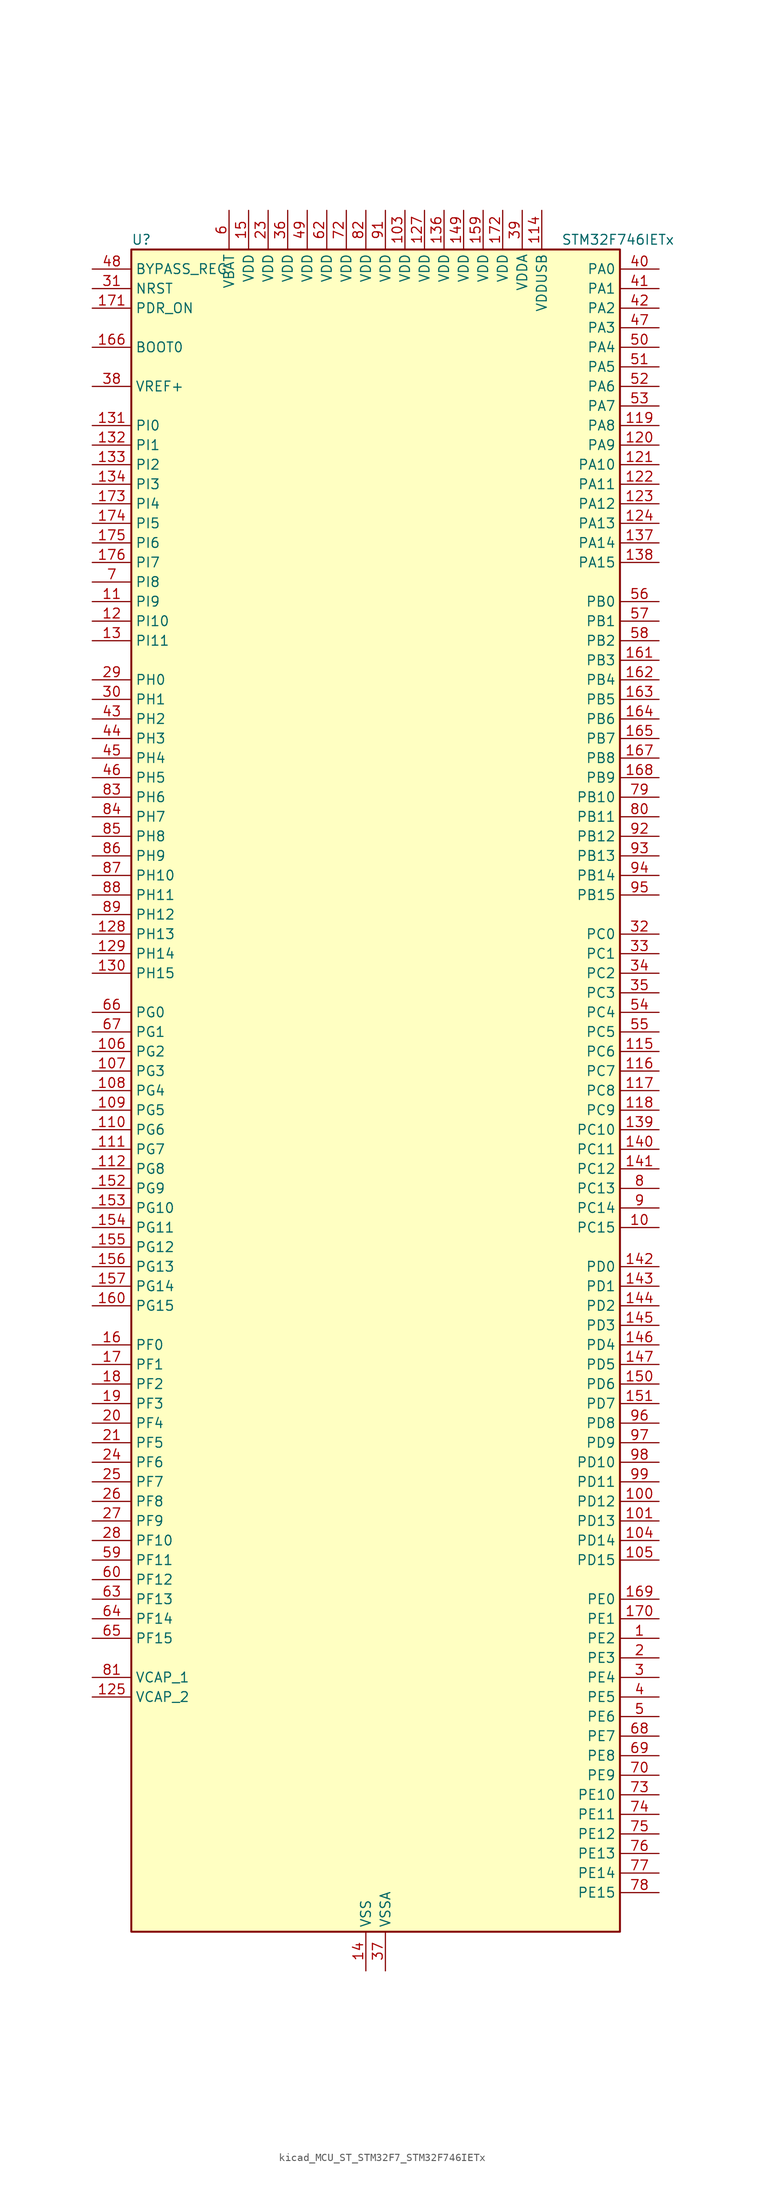
<source format=kicad_sym>
(kicad_symbol_lib
  (version 20220914)
  (generator kicad_symbol_editor)
  (symbol "kicad_MCU_ST_STM32F7_STM32F746IETx"
    (property "Reference" "U"
      (at -30.48 110.49 0)
      (effects (font (size 1.27 1.27)) (justify left)))
    (property "Value" "STM32F746IETx"
      (at 25.4 110.49 0)
      (effects (font (size 1.27 1.27)) (justify left)))
    (property "ki_locked" ""
      (at 0 0 0)
      (effects (font (size 1.27 1.27))))
    (symbol "kicad_MCU_ST_STM32F7_STM32F746IETx_0_1"
      (rectangle (start -30.48 -109.22) (end 33.02 109.22) (stroke (width 0.254) (type default)) (fill (type background))))
    (symbol "kicad_MCU_ST_STM32F7_STM32F746IETx_1_1"
      (pin bidirectional line (at 38.1 -71.12 180) (length 5.08) (name "PE2" (effects (font (size 1.27 1.27)))) (number "1" (effects (font (size 1.27 1.27)))) (alternate "ETH_TXD3" bidirectional line) (alternate "FMC_A23" bidirectional line) (alternate "QUADSPI_BK1_IO2" bidirectional line) (alternate "SAI1_MCLK_A" bidirectional line) (alternate "SPI4_SCK" bidirectional line) (alternate "SYS_TRACECLK" bidirectional line))
      (pin bidirectional line (at 38.1 -17.78 180) (length 5.08) (name "PC15" (effects (font (size 1.27 1.27)))) (number "10" (effects (font (size 1.27 1.27)))) (alternate "RCC_OSC32_OUT" bidirectional line))
      (pin bidirectional line (at 38.1 -53.34 180) (length 5.08) (name "PD12" (effects (font (size 1.27 1.27)))) (number "100" (effects (font (size 1.27 1.27)))) (alternate "FMC_A17" bidirectional line) (alternate "FMC_ALE" bidirectional line) (alternate "I2C4_SCL" bidirectional line) (alternate "LPTIM1_IN1" bidirectional line) (alternate "QUADSPI_BK1_IO1" bidirectional line) (alternate "SAI2_FS_A" bidirectional line) (alternate "TIM4_CH1" bidirectional line) (alternate "USART3_DE" bidirectional line) (alternate "USART3_RTS" bidirectional line))
      (pin bidirectional line (at 38.1 -55.88 180) (length 5.08) (name "PD13" (effects (font (size 1.27 1.27)))) (number "101" (effects (font (size 1.27 1.27)))) (alternate "FMC_A18" bidirectional line) (alternate "I2C4_SDA" bidirectional line) (alternate "LPTIM1_OUT" bidirectional line) (alternate "QUADSPI_BK1_IO3" bidirectional line) (alternate "SAI2_SCK_A" bidirectional line) (alternate "TIM4_CH2" bidirectional line))
      (pin passive line (at 0 -114.3 90) (length 5.08) hide (name "VSS" (effects (font (size 1.27 1.27)))) (number "102" (effects (font (size 1.27 1.27)))))
      (pin power_in line (at 5.08 114.3 270) (length 5.08) (name "VDD" (effects (font (size 1.27 1.27)))) (number "103" (effects (font (size 1.27 1.27)))))
      (pin bidirectional line (at 38.1 -58.42 180) (length 5.08) (name "PD14" (effects (font (size 1.27 1.27)))) (number "104" (effects (font (size 1.27 1.27)))) (alternate "FMC_D0" bidirectional line) (alternate "FMC_DA0" bidirectional line) (alternate "TIM4_CH3" bidirectional line) (alternate "UART8_CTS" bidirectional line))
      (pin bidirectional line (at 38.1 -60.96 180) (length 5.08) (name "PD15" (effects (font (size 1.27 1.27)))) (number "105" (effects (font (size 1.27 1.27)))) (alternate "FMC_D1" bidirectional line) (alternate "FMC_DA1" bidirectional line) (alternate "TIM4_CH4" bidirectional line) (alternate "UART8_DE" bidirectional line) (alternate "UART8_RTS" bidirectional line))
      (pin bidirectional line (at -35.56 5.08 0) (length 5.08) (name "PG2" (effects (font (size 1.27 1.27)))) (number "106" (effects (font (size 1.27 1.27)))) (alternate "FMC_A12" bidirectional line))
      (pin bidirectional line (at -35.56 2.54 0) (length 5.08) (name "PG3" (effects (font (size 1.27 1.27)))) (number "107" (effects (font (size 1.27 1.27)))) (alternate "FMC_A13" bidirectional line))
      (pin bidirectional line (at -35.56 0 0) (length 5.08) (name "PG4" (effects (font (size 1.27 1.27)))) (number "108" (effects (font (size 1.27 1.27)))) (alternate "FMC_A14" bidirectional line) (alternate "FMC_BA0" bidirectional line))
      (pin bidirectional line (at -35.56 -2.54 0) (length 5.08) (name "PG5" (effects (font (size 1.27 1.27)))) (number "109" (effects (font (size 1.27 1.27)))) (alternate "FMC_A15" bidirectional line) (alternate "FMC_BA1" bidirectional line))
      (pin bidirectional line (at -35.56 63.5 0) (length 5.08) (name "PI9" (effects (font (size 1.27 1.27)))) (number "11" (effects (font (size 1.27 1.27)))) (alternate "CAN1_RX" bidirectional line) (alternate "DAC_EXTI9" bidirectional line) (alternate "FMC_D30" bidirectional line) (alternate "LTDC_VSYNC" bidirectional line))
      (pin bidirectional line (at -35.56 -5.08 0) (length 5.08) (name "PG6" (effects (font (size 1.27 1.27)))) (number "110" (effects (font (size 1.27 1.27)))) (alternate "DCMI_D12" bidirectional line) (alternate "LTDC_R7" bidirectional line))
      (pin bidirectional line (at -35.56 -7.62 0) (length 5.08) (name "PG7" (effects (font (size 1.27 1.27)))) (number "111" (effects (font (size 1.27 1.27)))) (alternate "DCMI_D13" bidirectional line) (alternate "FMC_INT" bidirectional line) (alternate "LTDC_CLK" bidirectional line) (alternate "USART6_CK" bidirectional line))
      (pin bidirectional line (at -35.56 -10.16 0) (length 5.08) (name "PG8" (effects (font (size 1.27 1.27)))) (number "112" (effects (font (size 1.27 1.27)))) (alternate "ETH_PPS_OUT" bidirectional line) (alternate "FMC_SDCLK" bidirectional line) (alternate "SPDIFRX_IN2" bidirectional line) (alternate "SPI6_NSS" bidirectional line) (alternate "USART6_DE" bidirectional line) (alternate "USART6_RTS" bidirectional line))
      (pin passive line (at 0 -114.3 90) (length 5.08) hide (name "VSS" (effects (font (size 1.27 1.27)))) (number "113" (effects (font (size 1.27 1.27)))))
      (pin power_in line (at 22.86 114.3 270) (length 5.08) (name "VDDUSB" (effects (font (size 1.27 1.27)))) (number "114" (effects (font (size 1.27 1.27)))))
      (pin bidirectional line (at 38.1 5.08 180) (length 5.08) (name "PC6" (effects (font (size 1.27 1.27)))) (number "115" (effects (font (size 1.27 1.27)))) (alternate "DCMI_D0" bidirectional line) (alternate "I2S2_MCK" bidirectional line) (alternate "LTDC_HSYNC" bidirectional line) (alternate "SDMMC1_D6" bidirectional line) (alternate "TIM3_CH1" bidirectional line) (alternate "TIM8_CH1" bidirectional line) (alternate "USART6_TX" bidirectional line))
      (pin bidirectional line (at 38.1 2.54 180) (length 5.08) (name "PC7" (effects (font (size 1.27 1.27)))) (number "116" (effects (font (size 1.27 1.27)))) (alternate "DCMI_D1" bidirectional line) (alternate "I2S3_MCK" bidirectional line) (alternate "LTDC_G6" bidirectional line) (alternate "SDMMC1_D7" bidirectional line) (alternate "TIM3_CH2" bidirectional line) (alternate "TIM8_CH2" bidirectional line) (alternate "USART6_RX" bidirectional line))
      (pin bidirectional line (at 38.1 0 180) (length 5.08) (name "PC8" (effects (font (size 1.27 1.27)))) (number "117" (effects (font (size 1.27 1.27)))) (alternate "DCMI_D2" bidirectional line) (alternate "SDMMC1_D0" bidirectional line) (alternate "SYS_TRACED1" bidirectional line) (alternate "TIM3_CH3" bidirectional line) (alternate "TIM8_CH3" bidirectional line) (alternate "UART5_DE" bidirectional line) (alternate "UART5_RTS" bidirectional line) (alternate "USART6_CK" bidirectional line))
      (pin bidirectional line (at 38.1 -2.54 180) (length 5.08) (name "PC9" (effects (font (size 1.27 1.27)))) (number "118" (effects (font (size 1.27 1.27)))) (alternate "DAC_EXTI9" bidirectional line) (alternate "DCMI_D3" bidirectional line) (alternate "I2C3_SDA" bidirectional line) (alternate "I2S_CKIN" bidirectional line) (alternate "QUADSPI_BK1_IO0" bidirectional line) (alternate "RCC_MCO_2" bidirectional line) (alternate "SDMMC1_D1" bidirectional line) (alternate "TIM3_CH4" bidirectional line) (alternate "TIM8_CH4" bidirectional line) (alternate "UART5_CTS" bidirectional line))
      (pin bidirectional line (at 38.1 86.36 180) (length 5.08) (name "PA8" (effects (font (size 1.27 1.27)))) (number "119" (effects (font (size 1.27 1.27)))) (alternate "I2C3_SCL" bidirectional line) (alternate "LTDC_R6" bidirectional line) (alternate "RCC_MCO_1" bidirectional line) (alternate "TIM1_CH1" bidirectional line) (alternate "TIM8_BKIN2" bidirectional line) (alternate "USART1_CK" bidirectional line) (alternate "USB_OTG_FS_SOF" bidirectional line))
      (pin bidirectional line (at -35.56 60.96 0) (length 5.08) (name "PI10" (effects (font (size 1.27 1.27)))) (number "12" (effects (font (size 1.27 1.27)))) (alternate "ETH_RX_ER" bidirectional line) (alternate "FMC_D31" bidirectional line) (alternate "LTDC_HSYNC" bidirectional line))
      (pin bidirectional line (at 38.1 83.82 180) (length 5.08) (name "PA9" (effects (font (size 1.27 1.27)))) (number "120" (effects (font (size 1.27 1.27)))) (alternate "DAC_EXTI9" bidirectional line) (alternate "DCMI_D0" bidirectional line) (alternate "I2C3_SMBA" bidirectional line) (alternate "I2S2_CK" bidirectional line) (alternate "SPI2_SCK" bidirectional line) (alternate "TIM1_CH2" bidirectional line) (alternate "USART1_TX" bidirectional line) (alternate "USB_OTG_FS_VBUS" bidirectional line))
      (pin bidirectional line (at 38.1 81.28 180) (length 5.08) (name "PA10" (effects (font (size 1.27 1.27)))) (number "121" (effects (font (size 1.27 1.27)))) (alternate "DCMI_D1" bidirectional line) (alternate "TIM1_CH3" bidirectional line) (alternate "USART1_RX" bidirectional line) (alternate "USB_OTG_FS_ID" bidirectional line))
      (pin bidirectional line (at 38.1 78.74 180) (length 5.08) (name "PA11" (effects (font (size 1.27 1.27)))) (number "122" (effects (font (size 1.27 1.27)))) (alternate "ADC1_EXTI11" bidirectional line) (alternate "ADC2_EXTI11" bidirectional line) (alternate "ADC3_EXTI11" bidirectional line) (alternate "CAN1_RX" bidirectional line) (alternate "LTDC_R4" bidirectional line) (alternate "TIM1_CH4" bidirectional line) (alternate "USART1_CTS" bidirectional line) (alternate "USB_OTG_FS_DM" bidirectional line))
      (pin bidirectional line (at 38.1 76.2 180) (length 5.08) (name "PA12" (effects (font (size 1.27 1.27)))) (number "123" (effects (font (size 1.27 1.27)))) (alternate "CAN1_TX" bidirectional line) (alternate "LTDC_R5" bidirectional line) (alternate "SAI2_FS_B" bidirectional line) (alternate "TIM1_ETR" bidirectional line) (alternate "USART1_DE" bidirectional line) (alternate "USART1_RTS" bidirectional line) (alternate "USB_OTG_FS_DP" bidirectional line))
      (pin bidirectional line (at 38.1 73.66 180) (length 5.08) (name "PA13" (effects (font (size 1.27 1.27)))) (number "124" (effects (font (size 1.27 1.27)))) (alternate "SYS_JTMS-SWDIO" bidirectional line))
      (pin power_out line (at -35.56 -78.74 0) (length 5.08) (name "VCAP_2" (effects (font (size 1.27 1.27)))) (number "125" (effects (font (size 1.27 1.27)))))
      (pin passive line (at 0 -114.3 90) (length 5.08) hide (name "VSS" (effects (font (size 1.27 1.27)))) (number "126" (effects (font (size 1.27 1.27)))))
      (pin power_in line (at 7.62 114.3 270) (length 5.08) (name "VDD" (effects (font (size 1.27 1.27)))) (number "127" (effects (font (size 1.27 1.27)))))
      (pin bidirectional line (at -35.56 20.32 0) (length 5.08) (name "PH13" (effects (font (size 1.27 1.27)))) (number "128" (effects (font (size 1.27 1.27)))) (alternate "CAN1_TX" bidirectional line) (alternate "FMC_D21" bidirectional line) (alternate "LTDC_G2" bidirectional line) (alternate "TIM8_CH1N" bidirectional line))
      (pin bidirectional line (at -35.56 17.78 0) (length 5.08) (name "PH14" (effects (font (size 1.27 1.27)))) (number "129" (effects (font (size 1.27 1.27)))) (alternate "DCMI_D4" bidirectional line) (alternate "FMC_D22" bidirectional line) (alternate "LTDC_G3" bidirectional line) (alternate "TIM8_CH2N" bidirectional line))
      (pin bidirectional line (at -35.56 58.42 0) (length 5.08) (name "PI11" (effects (font (size 1.27 1.27)))) (number "13" (effects (font (size 1.27 1.27)))) (alternate "ADC1_EXTI11" bidirectional line) (alternate "ADC2_EXTI11" bidirectional line) (alternate "ADC3_EXTI11" bidirectional line) (alternate "SYS_WKUP6" bidirectional line) (alternate "USB_OTG_HS_ULPI_DIR" bidirectional line))
      (pin bidirectional line (at -35.56 15.24 0) (length 5.08) (name "PH15" (effects (font (size 1.27 1.27)))) (number "130" (effects (font (size 1.27 1.27)))) (alternate "DCMI_D11" bidirectional line) (alternate "FMC_D23" bidirectional line) (alternate "LTDC_G4" bidirectional line) (alternate "TIM8_CH3N" bidirectional line))
      (pin bidirectional line (at -35.56 86.36 0) (length 5.08) (name "PI0" (effects (font (size 1.27 1.27)))) (number "131" (effects (font (size 1.27 1.27)))) (alternate "DCMI_D13" bidirectional line) (alternate "FMC_D24" bidirectional line) (alternate "I2S2_WS" bidirectional line) (alternate "LTDC_G5" bidirectional line) (alternate "SPI2_NSS" bidirectional line) (alternate "TIM5_CH4" bidirectional line))
      (pin bidirectional line (at -35.56 83.82 0) (length 5.08) (name "PI1" (effects (font (size 1.27 1.27)))) (number "132" (effects (font (size 1.27 1.27)))) (alternate "DCMI_D8" bidirectional line) (alternate "FMC_D25" bidirectional line) (alternate "I2S2_CK" bidirectional line) (alternate "LTDC_G6" bidirectional line) (alternate "SPI2_SCK" bidirectional line) (alternate "TIM8_BKIN2" bidirectional line))
      (pin bidirectional line (at -35.56 81.28 0) (length 5.08) (name "PI2" (effects (font (size 1.27 1.27)))) (number "133" (effects (font (size 1.27 1.27)))) (alternate "DCMI_D9" bidirectional line) (alternate "FMC_D26" bidirectional line) (alternate "LTDC_G7" bidirectional line) (alternate "SPI2_MISO" bidirectional line) (alternate "TIM8_CH4" bidirectional line))
      (pin bidirectional line (at -35.56 78.74 0) (length 5.08) (name "PI3" (effects (font (size 1.27 1.27)))) (number "134" (effects (font (size 1.27 1.27)))) (alternate "DCMI_D10" bidirectional line) (alternate "FMC_D27" bidirectional line) (alternate "I2S2_SD" bidirectional line) (alternate "SPI2_MOSI" bidirectional line) (alternate "TIM8_ETR" bidirectional line))
      (pin passive line (at 0 -114.3 90) (length 5.08) hide (name "VSS" (effects (font (size 1.27 1.27)))) (number "135" (effects (font (size 1.27 1.27)))))
      (pin power_in line (at 10.16 114.3 270) (length 5.08) (name "VDD" (effects (font (size 1.27 1.27)))) (number "136" (effects (font (size 1.27 1.27)))))
      (pin bidirectional line (at 38.1 71.12 180) (length 5.08) (name "PA14" (effects (font (size 1.27 1.27)))) (number "137" (effects (font (size 1.27 1.27)))) (alternate "SYS_JTCK-SWCLK" bidirectional line))
      (pin bidirectional line (at 38.1 68.58 180) (length 5.08) (name "PA15" (effects (font (size 1.27 1.27)))) (number "138" (effects (font (size 1.27 1.27)))) (alternate "CEC" bidirectional line) (alternate "I2S1_WS" bidirectional line) (alternate "I2S3_WS" bidirectional line) (alternate "SPI1_NSS" bidirectional line) (alternate "SPI3_NSS" bidirectional line) (alternate "SYS_JTDI" bidirectional line) (alternate "TIM2_CH1" bidirectional line) (alternate "TIM2_ETR" bidirectional line) (alternate "UART4_DE" bidirectional line) (alternate "UART4_RTS" bidirectional line))
      (pin bidirectional line (at 38.1 -5.08 180) (length 5.08) (name "PC10" (effects (font (size 1.27 1.27)))) (number "139" (effects (font (size 1.27 1.27)))) (alternate "DCMI_D8" bidirectional line) (alternate "I2S3_CK" bidirectional line) (alternate "LTDC_R2" bidirectional line) (alternate "QUADSPI_BK1_IO1" bidirectional line) (alternate "SDMMC1_D2" bidirectional line) (alternate "SPI3_SCK" bidirectional line) (alternate "UART4_TX" bidirectional line) (alternate "USART3_TX" bidirectional line))
      (pin power_in line (at 0 -114.3 90) (length 5.08) (name "VSS" (effects (font (size 1.27 1.27)))) (number "14" (effects (font (size 1.27 1.27)))))
      (pin bidirectional line (at 38.1 -7.62 180) (length 5.08) (name "PC11" (effects (font (size 1.27 1.27)))) (number "140" (effects (font (size 1.27 1.27)))) (alternate "ADC1_EXTI11" bidirectional line) (alternate "ADC2_EXTI11" bidirectional line) (alternate "ADC3_EXTI11" bidirectional line) (alternate "DCMI_D4" bidirectional line) (alternate "QUADSPI_BK2_NCS" bidirectional line) (alternate "SDMMC1_D3" bidirectional line) (alternate "SPI3_MISO" bidirectional line) (alternate "UART4_RX" bidirectional line) (alternate "USART3_RX" bidirectional line))
      (pin bidirectional line (at 38.1 -10.16 180) (length 5.08) (name "PC12" (effects (font (size 1.27 1.27)))) (number "141" (effects (font (size 1.27 1.27)))) (alternate "DCMI_D9" bidirectional line) (alternate "I2S3_SD" bidirectional line) (alternate "SDMMC1_CK" bidirectional line) (alternate "SPI3_MOSI" bidirectional line) (alternate "SYS_TRACED3" bidirectional line) (alternate "UART5_TX" bidirectional line) (alternate "USART3_CK" bidirectional line))
      (pin bidirectional line (at 38.1 -22.86 180) (length 5.08) (name "PD0" (effects (font (size 1.27 1.27)))) (number "142" (effects (font (size 1.27 1.27)))) (alternate "CAN1_RX" bidirectional line) (alternate "FMC_D2" bidirectional line) (alternate "FMC_DA2" bidirectional line))
      (pin bidirectional line (at 38.1 -25.4 180) (length 5.08) (name "PD1" (effects (font (size 1.27 1.27)))) (number "143" (effects (font (size 1.27 1.27)))) (alternate "CAN1_TX" bidirectional line) (alternate "FMC_D3" bidirectional line) (alternate "FMC_DA3" bidirectional line))
      (pin bidirectional line (at 38.1 -27.94 180) (length 5.08) (name "PD2" (effects (font (size 1.27 1.27)))) (number "144" (effects (font (size 1.27 1.27)))) (alternate "DCMI_D11" bidirectional line) (alternate "SDMMC1_CMD" bidirectional line) (alternate "SYS_TRACED2" bidirectional line) (alternate "TIM3_ETR" bidirectional line) (alternate "UART5_RX" bidirectional line))
      (pin bidirectional line (at 38.1 -30.48 180) (length 5.08) (name "PD3" (effects (font (size 1.27 1.27)))) (number "145" (effects (font (size 1.27 1.27)))) (alternate "DCMI_D5" bidirectional line) (alternate "FMC_CLK" bidirectional line) (alternate "I2S2_CK" bidirectional line) (alternate "LTDC_G7" bidirectional line) (alternate "SPI2_SCK" bidirectional line) (alternate "USART2_CTS" bidirectional line))
      (pin bidirectional line (at 38.1 -33.02 180) (length 5.08) (name "PD4" (effects (font (size 1.27 1.27)))) (number "146" (effects (font (size 1.27 1.27)))) (alternate "FMC_NOE" bidirectional line) (alternate "USART2_DE" bidirectional line) (alternate "USART2_RTS" bidirectional line))
      (pin bidirectional line (at 38.1 -35.56 180) (length 5.08) (name "PD5" (effects (font (size 1.27 1.27)))) (number "147" (effects (font (size 1.27 1.27)))) (alternate "FMC_NWE" bidirectional line) (alternate "USART2_TX" bidirectional line))
      (pin passive line (at 0 -114.3 90) (length 5.08) hide (name "VSS" (effects (font (size 1.27 1.27)))) (number "148" (effects (font (size 1.27 1.27)))))
      (pin power_in line (at 12.7 114.3 270) (length 5.08) (name "VDD" (effects (font (size 1.27 1.27)))) (number "149" (effects (font (size 1.27 1.27)))))
      (pin power_in line (at -15.24 114.3 270) (length 5.08) (name "VDD" (effects (font (size 1.27 1.27)))) (number "15" (effects (font (size 1.27 1.27)))))
      (pin bidirectional line (at 38.1 -38.1 180) (length 5.08) (name "PD6" (effects (font (size 1.27 1.27)))) (number "150" (effects (font (size 1.27 1.27)))) (alternate "DCMI_D10" bidirectional line) (alternate "FMC_NWAIT" bidirectional line) (alternate "I2S3_SD" bidirectional line) (alternate "LTDC_B2" bidirectional line) (alternate "SAI1_SD_A" bidirectional line) (alternate "SPI3_MOSI" bidirectional line) (alternate "USART2_RX" bidirectional line))
      (pin bidirectional line (at 38.1 -40.64 180) (length 5.08) (name "PD7" (effects (font (size 1.27 1.27)))) (number "151" (effects (font (size 1.27 1.27)))) (alternate "FMC_NE1" bidirectional line) (alternate "SPDIFRX_IN0" bidirectional line) (alternate "USART2_CK" bidirectional line))
      (pin bidirectional line (at -35.56 -12.7 0) (length 5.08) (name "PG9" (effects (font (size 1.27 1.27)))) (number "152" (effects (font (size 1.27 1.27)))) (alternate "DAC_EXTI9" bidirectional line) (alternate "DCMI_VSYNC" bidirectional line) (alternate "FMC_NCE" bidirectional line) (alternate "FMC_NE2" bidirectional line) (alternate "QUADSPI_BK2_IO2" bidirectional line) (alternate "SAI2_FS_B" bidirectional line) (alternate "SPDIFRX_IN3" bidirectional line) (alternate "USART6_RX" bidirectional line))
      (pin bidirectional line (at -35.56 -15.24 0) (length 5.08) (name "PG10" (effects (font (size 1.27 1.27)))) (number "153" (effects (font (size 1.27 1.27)))) (alternate "DCMI_D2" bidirectional line) (alternate "FMC_NE3" bidirectional line) (alternate "LTDC_B2" bidirectional line) (alternate "LTDC_G3" bidirectional line) (alternate "SAI2_SD_B" bidirectional line))
      (pin bidirectional line (at -35.56 -17.78 0) (length 5.08) (name "PG11" (effects (font (size 1.27 1.27)))) (number "154" (effects (font (size 1.27 1.27)))) (alternate "ADC1_EXTI11" bidirectional line) (alternate "ADC2_EXTI11" bidirectional line) (alternate "ADC3_EXTI11" bidirectional line) (alternate "DCMI_D3" bidirectional line) (alternate "ETH_TX_EN" bidirectional line) (alternate "LTDC_B3" bidirectional line) (alternate "SPDIFRX_IN0" bidirectional line))
      (pin bidirectional line (at -35.56 -20.32 0) (length 5.08) (name "PG12" (effects (font (size 1.27 1.27)))) (number "155" (effects (font (size 1.27 1.27)))) (alternate "FMC_NE4" bidirectional line) (alternate "LPTIM1_IN1" bidirectional line) (alternate "LTDC_B1" bidirectional line) (alternate "LTDC_B4" bidirectional line) (alternate "SPDIFRX_IN1" bidirectional line) (alternate "SPI6_MISO" bidirectional line) (alternate "USART6_DE" bidirectional line) (alternate "USART6_RTS" bidirectional line))
      (pin bidirectional line (at -35.56 -22.86 0) (length 5.08) (name "PG13" (effects (font (size 1.27 1.27)))) (number "156" (effects (font (size 1.27 1.27)))) (alternate "ETH_TXD0" bidirectional line) (alternate "FMC_A24" bidirectional line) (alternate "LPTIM1_OUT" bidirectional line) (alternate "LTDC_R0" bidirectional line) (alternate "SPI6_SCK" bidirectional line) (alternate "SYS_TRACED0" bidirectional line) (alternate "USART6_CTS" bidirectional line))
      (pin bidirectional line (at -35.56 -25.4 0) (length 5.08) (name "PG14" (effects (font (size 1.27 1.27)))) (number "157" (effects (font (size 1.27 1.27)))) (alternate "ETH_TXD1" bidirectional line) (alternate "FMC_A25" bidirectional line) (alternate "LPTIM1_ETR" bidirectional line) (alternate "LTDC_B0" bidirectional line) (alternate "QUADSPI_BK2_IO3" bidirectional line) (alternate "SPI6_MOSI" bidirectional line) (alternate "SYS_TRACED1" bidirectional line) (alternate "USART6_TX" bidirectional line))
      (pin passive line (at 0 -114.3 90) (length 5.08) hide (name "VSS" (effects (font (size 1.27 1.27)))) (number "158" (effects (font (size 1.27 1.27)))))
      (pin power_in line (at 15.24 114.3 270) (length 5.08) (name "VDD" (effects (font (size 1.27 1.27)))) (number "159" (effects (font (size 1.27 1.27)))))
      (pin bidirectional line (at -35.56 -33.02 0) (length 5.08) (name "PF0" (effects (font (size 1.27 1.27)))) (number "16" (effects (font (size 1.27 1.27)))) (alternate "FMC_A0" bidirectional line) (alternate "I2C2_SDA" bidirectional line))
      (pin bidirectional line (at -35.56 -27.94 0) (length 5.08) (name "PG15" (effects (font (size 1.27 1.27)))) (number "160" (effects (font (size 1.27 1.27)))) (alternate "DCMI_D13" bidirectional line) (alternate "FMC_SDNCAS" bidirectional line) (alternate "USART6_CTS" bidirectional line))
      (pin bidirectional line (at 38.1 55.88 180) (length 5.08) (name "PB3" (effects (font (size 1.27 1.27)))) (number "161" (effects (font (size 1.27 1.27)))) (alternate "I2S1_CK" bidirectional line) (alternate "I2S3_CK" bidirectional line) (alternate "SPI1_SCK" bidirectional line) (alternate "SPI3_SCK" bidirectional line) (alternate "SYS_JTDO-SWO" bidirectional line) (alternate "TIM2_CH2" bidirectional line))
      (pin bidirectional line (at 38.1 53.34 180) (length 5.08) (name "PB4" (effects (font (size 1.27 1.27)))) (number "162" (effects (font (size 1.27 1.27)))) (alternate "I2S2_WS" bidirectional line) (alternate "SPI1_MISO" bidirectional line) (alternate "SPI2_NSS" bidirectional line) (alternate "SPI3_MISO" bidirectional line) (alternate "SYS_JTRST" bidirectional line) (alternate "TIM3_CH1" bidirectional line))
      (pin bidirectional line (at 38.1 50.8 180) (length 5.08) (name "PB5" (effects (font (size 1.27 1.27)))) (number "163" (effects (font (size 1.27 1.27)))) (alternate "CAN2_RX" bidirectional line) (alternate "DCMI_D10" bidirectional line) (alternate "ETH_PPS_OUT" bidirectional line) (alternate "FMC_SDCKE1" bidirectional line) (alternate "I2C1_SMBA" bidirectional line) (alternate "I2S1_SD" bidirectional line) (alternate "I2S3_SD" bidirectional line) (alternate "SPI1_MOSI" bidirectional line) (alternate "SPI3_MOSI" bidirectional line) (alternate "TIM3_CH2" bidirectional line) (alternate "USB_OTG_HS_ULPI_D7" bidirectional line))
      (pin bidirectional line (at 38.1 48.26 180) (length 5.08) (name "PB6" (effects (font (size 1.27 1.27)))) (number "164" (effects (font (size 1.27 1.27)))) (alternate "CAN2_TX" bidirectional line) (alternate "CEC" bidirectional line) (alternate "DCMI_D5" bidirectional line) (alternate "FMC_SDNE1" bidirectional line) (alternate "I2C1_SCL" bidirectional line) (alternate "QUADSPI_BK1_NCS" bidirectional line) (alternate "TIM4_CH1" bidirectional line) (alternate "USART1_TX" bidirectional line))
      (pin bidirectional line (at 38.1 45.72 180) (length 5.08) (name "PB7" (effects (font (size 1.27 1.27)))) (number "165" (effects (font (size 1.27 1.27)))) (alternate "DCMI_VSYNC" bidirectional line) (alternate "FMC_NL" bidirectional line) (alternate "I2C1_SDA" bidirectional line) (alternate "TIM4_CH2" bidirectional line) (alternate "USART1_RX" bidirectional line))
      (pin input line (at -35.56 96.52 0) (length 5.08) (name "BOOT0" (effects (font (size 1.27 1.27)))) (number "166" (effects (font (size 1.27 1.27)))))
      (pin bidirectional line (at 38.1 43.18 180) (length 5.08) (name "PB8" (effects (font (size 1.27 1.27)))) (number "167" (effects (font (size 1.27 1.27)))) (alternate "CAN1_RX" bidirectional line) (alternate "DCMI_D6" bidirectional line) (alternate "ETH_TXD3" bidirectional line) (alternate "I2C1_SCL" bidirectional line) (alternate "LTDC_B6" bidirectional line) (alternate "SDMMC1_D4" bidirectional line) (alternate "TIM10_CH1" bidirectional line) (alternate "TIM4_CH3" bidirectional line))
      (pin bidirectional line (at 38.1 40.64 180) (length 5.08) (name "PB9" (effects (font (size 1.27 1.27)))) (number "168" (effects (font (size 1.27 1.27)))) (alternate "CAN1_TX" bidirectional line) (alternate "DAC_EXTI9" bidirectional line) (alternate "DCMI_D7" bidirectional line) (alternate "I2C1_SDA" bidirectional line) (alternate "I2S2_WS" bidirectional line) (alternate "LTDC_B7" bidirectional line) (alternate "SDMMC1_D5" bidirectional line) (alternate "SPI2_NSS" bidirectional line) (alternate "TIM11_CH1" bidirectional line) (alternate "TIM4_CH4" bidirectional line))
      (pin bidirectional line (at 38.1 -66.04 180) (length 5.08) (name "PE0" (effects (font (size 1.27 1.27)))) (number "169" (effects (font (size 1.27 1.27)))) (alternate "DCMI_D2" bidirectional line) (alternate "FMC_NBL0" bidirectional line) (alternate "LPTIM1_ETR" bidirectional line) (alternate "SAI2_MCLK_A" bidirectional line) (alternate "TIM4_ETR" bidirectional line) (alternate "UART8_RX" bidirectional line))
      (pin bidirectional line (at -35.56 -35.56 0) (length 5.08) (name "PF1" (effects (font (size 1.27 1.27)))) (number "17" (effects (font (size 1.27 1.27)))) (alternate "FMC_A1" bidirectional line) (alternate "I2C2_SCL" bidirectional line))
      (pin bidirectional line (at 38.1 -68.58 180) (length 5.08) (name "PE1" (effects (font (size 1.27 1.27)))) (number "170" (effects (font (size 1.27 1.27)))) (alternate "DCMI_D3" bidirectional line) (alternate "FMC_NBL1" bidirectional line) (alternate "LPTIM1_IN2" bidirectional line) (alternate "UART8_TX" bidirectional line))
      (pin input line (at -35.56 101.6 0) (length 5.08) (name "PDR_ON" (effects (font (size 1.27 1.27)))) (number "171" (effects (font (size 1.27 1.27)))))
      (pin power_in line (at 17.78 114.3 270) (length 5.08) (name "VDD" (effects (font (size 1.27 1.27)))) (number "172" (effects (font (size 1.27 1.27)))))
      (pin bidirectional line (at -35.56 76.2 0) (length 5.08) (name "PI4" (effects (font (size 1.27 1.27)))) (number "173" (effects (font (size 1.27 1.27)))) (alternate "DCMI_D5" bidirectional line) (alternate "FMC_NBL2" bidirectional line) (alternate "LTDC_B4" bidirectional line) (alternate "SAI2_MCLK_A" bidirectional line) (alternate "TIM8_BKIN" bidirectional line))
      (pin bidirectional line (at -35.56 73.66 0) (length 5.08) (name "PI5" (effects (font (size 1.27 1.27)))) (number "174" (effects (font (size 1.27 1.27)))) (alternate "DCMI_VSYNC" bidirectional line) (alternate "FMC_NBL3" bidirectional line) (alternate "LTDC_B5" bidirectional line) (alternate "SAI2_SCK_A" bidirectional line) (alternate "TIM8_CH1" bidirectional line))
      (pin bidirectional line (at -35.56 71.12 0) (length 5.08) (name "PI6" (effects (font (size 1.27 1.27)))) (number "175" (effects (font (size 1.27 1.27)))) (alternate "DCMI_D6" bidirectional line) (alternate "FMC_D28" bidirectional line) (alternate "LTDC_B6" bidirectional line) (alternate "SAI2_SD_A" bidirectional line) (alternate "TIM8_CH2" bidirectional line))
      (pin bidirectional line (at -35.56 68.58 0) (length 5.08) (name "PI7" (effects (font (size 1.27 1.27)))) (number "176" (effects (font (size 1.27 1.27)))) (alternate "DCMI_D7" bidirectional line) (alternate "FMC_D29" bidirectional line) (alternate "LTDC_B7" bidirectional line) (alternate "SAI2_FS_A" bidirectional line) (alternate "TIM8_CH3" bidirectional line))
      (pin bidirectional line (at -35.56 -38.1 0) (length 5.08) (name "PF2" (effects (font (size 1.27 1.27)))) (number "18" (effects (font (size 1.27 1.27)))) (alternate "FMC_A2" bidirectional line) (alternate "I2C2_SMBA" bidirectional line))
      (pin bidirectional line (at -35.56 -40.64 0) (length 5.08) (name "PF3" (effects (font (size 1.27 1.27)))) (number "19" (effects (font (size 1.27 1.27)))) (alternate "ADC3_IN9" bidirectional line) (alternate "FMC_A3" bidirectional line))
      (pin bidirectional line (at 38.1 -73.66 180) (length 5.08) (name "PE3" (effects (font (size 1.27 1.27)))) (number "2" (effects (font (size 1.27 1.27)))) (alternate "FMC_A19" bidirectional line) (alternate "SAI1_SD_B" bidirectional line) (alternate "SYS_TRACED0" bidirectional line))
      (pin bidirectional line (at -35.56 -43.18 0) (length 5.08) (name "PF4" (effects (font (size 1.27 1.27)))) (number "20" (effects (font (size 1.27 1.27)))) (alternate "ADC3_IN14" bidirectional line) (alternate "FMC_A4" bidirectional line))
      (pin bidirectional line (at -35.56 -45.72 0) (length 5.08) (name "PF5" (effects (font (size 1.27 1.27)))) (number "21" (effects (font (size 1.27 1.27)))) (alternate "ADC3_IN15" bidirectional line) (alternate "FMC_A5" bidirectional line))
      (pin passive line (at 0 -114.3 90) (length 5.08) hide (name "VSS" (effects (font (size 1.27 1.27)))) (number "22" (effects (font (size 1.27 1.27)))))
      (pin power_in line (at -12.7 114.3 270) (length 5.08) (name "VDD" (effects (font (size 1.27 1.27)))) (number "23" (effects (font (size 1.27 1.27)))))
      (pin bidirectional line (at -35.56 -48.26 0) (length 5.08) (name "PF6" (effects (font (size 1.27 1.27)))) (number "24" (effects (font (size 1.27 1.27)))) (alternate "ADC3_IN4" bidirectional line) (alternate "QUADSPI_BK1_IO3" bidirectional line) (alternate "SAI1_SD_B" bidirectional line) (alternate "SPI5_NSS" bidirectional line) (alternate "TIM10_CH1" bidirectional line) (alternate "UART7_RX" bidirectional line))
      (pin bidirectional line (at -35.56 -50.8 0) (length 5.08) (name "PF7" (effects (font (size 1.27 1.27)))) (number "25" (effects (font (size 1.27 1.27)))) (alternate "ADC3_IN5" bidirectional line) (alternate "QUADSPI_BK1_IO2" bidirectional line) (alternate "SAI1_MCLK_B" bidirectional line) (alternate "SPI5_SCK" bidirectional line) (alternate "TIM11_CH1" bidirectional line) (alternate "UART7_TX" bidirectional line))
      (pin bidirectional line (at -35.56 -53.34 0) (length 5.08) (name "PF8" (effects (font (size 1.27 1.27)))) (number "26" (effects (font (size 1.27 1.27)))) (alternate "ADC3_IN6" bidirectional line) (alternate "QUADSPI_BK1_IO0" bidirectional line) (alternate "SAI1_SCK_B" bidirectional line) (alternate "SPI5_MISO" bidirectional line) (alternate "TIM13_CH1" bidirectional line) (alternate "UART7_DE" bidirectional line) (alternate "UART7_RTS" bidirectional line))
      (pin bidirectional line (at -35.56 -55.88 0) (length 5.08) (name "PF9" (effects (font (size 1.27 1.27)))) (number "27" (effects (font (size 1.27 1.27)))) (alternate "ADC3_IN7" bidirectional line) (alternate "DAC_EXTI9" bidirectional line) (alternate "QUADSPI_BK1_IO1" bidirectional line) (alternate "SAI1_FS_B" bidirectional line) (alternate "SPI5_MOSI" bidirectional line) (alternate "TIM14_CH1" bidirectional line) (alternate "UART7_CTS" bidirectional line))
      (pin bidirectional line (at -35.56 -58.42 0) (length 5.08) (name "PF10" (effects (font (size 1.27 1.27)))) (number "28" (effects (font (size 1.27 1.27)))) (alternate "ADC3_IN8" bidirectional line) (alternate "DCMI_D11" bidirectional line) (alternate "LTDC_DE" bidirectional line))
      (pin bidirectional line (at -35.56 53.34 0) (length 5.08) (name "PH0" (effects (font (size 1.27 1.27)))) (number "29" (effects (font (size 1.27 1.27)))) (alternate "RCC_OSC_IN" bidirectional line))
      (pin bidirectional line (at 38.1 -76.2 180) (length 5.08) (name "PE4" (effects (font (size 1.27 1.27)))) (number "3" (effects (font (size 1.27 1.27)))) (alternate "DCMI_D4" bidirectional line) (alternate "FMC_A20" bidirectional line) (alternate "LTDC_B0" bidirectional line) (alternate "SAI1_FS_A" bidirectional line) (alternate "SPI4_NSS" bidirectional line) (alternate "SYS_TRACED1" bidirectional line))
      (pin bidirectional line (at -35.56 50.8 0) (length 5.08) (name "PH1" (effects (font (size 1.27 1.27)))) (number "30" (effects (font (size 1.27 1.27)))) (alternate "RCC_OSC_OUT" bidirectional line))
      (pin input line (at -35.56 104.14 0) (length 5.08) (name "NRST" (effects (font (size 1.27 1.27)))) (number "31" (effects (font (size 1.27 1.27)))))
      (pin bidirectional line (at 38.1 20.32 180) (length 5.08) (name "PC0" (effects (font (size 1.27 1.27)))) (number "32" (effects (font (size 1.27 1.27)))) (alternate "ADC1_IN10" bidirectional line) (alternate "ADC2_IN10" bidirectional line) (alternate "ADC3_IN10" bidirectional line) (alternate "FMC_SDNWE" bidirectional line) (alternate "LTDC_R5" bidirectional line) (alternate "SAI2_FS_B" bidirectional line) (alternate "USB_OTG_HS_ULPI_STP" bidirectional line))
      (pin bidirectional line (at 38.1 17.78 180) (length 5.08) (name "PC1" (effects (font (size 1.27 1.27)))) (number "33" (effects (font (size 1.27 1.27)))) (alternate "ADC1_IN11" bidirectional line) (alternate "ADC2_IN11" bidirectional line) (alternate "ADC3_IN11" bidirectional line) (alternate "ETH_MDC" bidirectional line) (alternate "I2S2_SD" bidirectional line) (alternate "RTC_TAMP3" bidirectional line) (alternate "RTC_TS" bidirectional line) (alternate "SAI1_SD_A" bidirectional line) (alternate "SPI2_MOSI" bidirectional line) (alternate "SYS_TRACED0" bidirectional line) (alternate "SYS_WKUP3" bidirectional line))
      (pin bidirectional line (at 38.1 15.24 180) (length 5.08) (name "PC2" (effects (font (size 1.27 1.27)))) (number "34" (effects (font (size 1.27 1.27)))) (alternate "ADC1_IN12" bidirectional line) (alternate "ADC2_IN12" bidirectional line) (alternate "ADC3_IN12" bidirectional line) (alternate "ETH_TXD2" bidirectional line) (alternate "FMC_SDNE0" bidirectional line) (alternate "SPI2_MISO" bidirectional line) (alternate "USB_OTG_HS_ULPI_DIR" bidirectional line))
      (pin bidirectional line (at 38.1 12.7 180) (length 5.08) (name "PC3" (effects (font (size 1.27 1.27)))) (number "35" (effects (font (size 1.27 1.27)))) (alternate "ADC1_IN13" bidirectional line) (alternate "ADC2_IN13" bidirectional line) (alternate "ADC3_IN13" bidirectional line) (alternate "ETH_TX_CLK" bidirectional line) (alternate "FMC_SDCKE0" bidirectional line) (alternate "I2S2_SD" bidirectional line) (alternate "SPI2_MOSI" bidirectional line) (alternate "USB_OTG_HS_ULPI_NXT" bidirectional line))
      (pin power_in line (at -10.16 114.3 270) (length 5.08) (name "VDD" (effects (font (size 1.27 1.27)))) (number "36" (effects (font (size 1.27 1.27)))))
      (pin power_in line (at 2.54 -114.3 90) (length 5.08) (name "VSSA" (effects (font (size 1.27 1.27)))) (number "37" (effects (font (size 1.27 1.27)))))
      (pin input line (at -35.56 91.44 0) (length 5.08) (name "VREF+" (effects (font (size 1.27 1.27)))) (number "38" (effects (font (size 1.27 1.27)))))
      (pin power_in line (at 20.32 114.3 270) (length 5.08) (name "VDDA" (effects (font (size 1.27 1.27)))) (number "39" (effects (font (size 1.27 1.27)))))
      (pin bidirectional line (at 38.1 -78.74 180) (length 5.08) (name "PE5" (effects (font (size 1.27 1.27)))) (number "4" (effects (font (size 1.27 1.27)))) (alternate "DCMI_D6" bidirectional line) (alternate "FMC_A21" bidirectional line) (alternate "LTDC_G0" bidirectional line) (alternate "SAI1_SCK_A" bidirectional line) (alternate "SPI4_MISO" bidirectional line) (alternate "SYS_TRACED2" bidirectional line) (alternate "TIM9_CH1" bidirectional line))
      (pin bidirectional line (at 38.1 106.68 180) (length 5.08) (name "PA0" (effects (font (size 1.27 1.27)))) (number "40" (effects (font (size 1.27 1.27)))) (alternate "ADC1_IN0" bidirectional line) (alternate "ADC2_IN0" bidirectional line) (alternate "ADC3_IN0" bidirectional line) (alternate "ETH_CRS" bidirectional line) (alternate "SAI2_SD_B" bidirectional line) (alternate "SYS_WKUP1" bidirectional line) (alternate "TIM2_CH1" bidirectional line) (alternate "TIM2_ETR" bidirectional line) (alternate "TIM5_CH1" bidirectional line) (alternate "TIM8_ETR" bidirectional line) (alternate "UART4_TX" bidirectional line) (alternate "USART2_CTS" bidirectional line))
      (pin bidirectional line (at 38.1 104.14 180) (length 5.08) (name "PA1" (effects (font (size 1.27 1.27)))) (number "41" (effects (font (size 1.27 1.27)))) (alternate "ADC1_IN1" bidirectional line) (alternate "ADC2_IN1" bidirectional line) (alternate "ADC3_IN1" bidirectional line) (alternate "ETH_REF_CLK" bidirectional line) (alternate "ETH_RX_CLK" bidirectional line) (alternate "LTDC_R2" bidirectional line) (alternate "QUADSPI_BK1_IO3" bidirectional line) (alternate "SAI2_MCLK_B" bidirectional line) (alternate "TIM2_CH2" bidirectional line) (alternate "TIM5_CH2" bidirectional line) (alternate "UART4_RX" bidirectional line) (alternate "USART2_DE" bidirectional line) (alternate "USART2_RTS" bidirectional line))
      (pin bidirectional line (at 38.1 101.6 180) (length 5.08) (name "PA2" (effects (font (size 1.27 1.27)))) (number "42" (effects (font (size 1.27 1.27)))) (alternate "ADC1_IN2" bidirectional line) (alternate "ADC2_IN2" bidirectional line) (alternate "ADC3_IN2" bidirectional line) (alternate "ETH_MDIO" bidirectional line) (alternate "LTDC_R1" bidirectional line) (alternate "SAI2_SCK_B" bidirectional line) (alternate "SYS_WKUP2" bidirectional line) (alternate "TIM2_CH3" bidirectional line) (alternate "TIM5_CH3" bidirectional line) (alternate "TIM9_CH1" bidirectional line) (alternate "USART2_TX" bidirectional line))
      (pin bidirectional line (at -35.56 48.26 0) (length 5.08) (name "PH2" (effects (font (size 1.27 1.27)))) (number "43" (effects (font (size 1.27 1.27)))) (alternate "ETH_CRS" bidirectional line) (alternate "FMC_SDCKE0" bidirectional line) (alternate "LPTIM1_IN2" bidirectional line) (alternate "LTDC_R0" bidirectional line) (alternate "QUADSPI_BK2_IO0" bidirectional line) (alternate "SAI2_SCK_B" bidirectional line))
      (pin bidirectional line (at -35.56 45.72 0) (length 5.08) (name "PH3" (effects (font (size 1.27 1.27)))) (number "44" (effects (font (size 1.27 1.27)))) (alternate "ETH_COL" bidirectional line) (alternate "FMC_SDNE0" bidirectional line) (alternate "LTDC_R1" bidirectional line) (alternate "QUADSPI_BK2_IO1" bidirectional line) (alternate "SAI2_MCLK_B" bidirectional line))
      (pin bidirectional line (at -35.56 43.18 0) (length 5.08) (name "PH4" (effects (font (size 1.27 1.27)))) (number "45" (effects (font (size 1.27 1.27)))) (alternate "I2C2_SCL" bidirectional line) (alternate "USB_OTG_HS_ULPI_NXT" bidirectional line))
      (pin bidirectional line (at -35.56 40.64 0) (length 5.08) (name "PH5" (effects (font (size 1.27 1.27)))) (number "46" (effects (font (size 1.27 1.27)))) (alternate "FMC_SDNWE" bidirectional line) (alternate "I2C2_SDA" bidirectional line) (alternate "SPI5_NSS" bidirectional line))
      (pin bidirectional line (at 38.1 99.06 180) (length 5.08) (name "PA3" (effects (font (size 1.27 1.27)))) (number "47" (effects (font (size 1.27 1.27)))) (alternate "ADC1_IN3" bidirectional line) (alternate "ADC2_IN3" bidirectional line) (alternate "ADC3_IN3" bidirectional line) (alternate "ETH_COL" bidirectional line) (alternate "LTDC_B5" bidirectional line) (alternate "TIM2_CH4" bidirectional line) (alternate "TIM5_CH4" bidirectional line) (alternate "TIM9_CH2" bidirectional line) (alternate "USART2_RX" bidirectional line) (alternate "USB_OTG_HS_ULPI_D0" bidirectional line))
      (pin input line (at -35.56 106.68 0) (length 5.08) (name "BYPASS_REG" (effects (font (size 1.27 1.27)))) (number "48" (effects (font (size 1.27 1.27)))))
      (pin power_in line (at -7.62 114.3 270) (length 5.08) (name "VDD" (effects (font (size 1.27 1.27)))) (number "49" (effects (font (size 1.27 1.27)))))
      (pin bidirectional line (at 38.1 -81.28 180) (length 5.08) (name "PE6" (effects (font (size 1.27 1.27)))) (number "5" (effects (font (size 1.27 1.27)))) (alternate "DCMI_D7" bidirectional line) (alternate "FMC_A22" bidirectional line) (alternate "LTDC_G1" bidirectional line) (alternate "SAI1_SD_A" bidirectional line) (alternate "SAI2_MCLK_B" bidirectional line) (alternate "SPI4_MOSI" bidirectional line) (alternate "SYS_TRACED3" bidirectional line) (alternate "TIM1_BKIN2" bidirectional line) (alternate "TIM9_CH2" bidirectional line))
      (pin bidirectional line (at 38.1 96.52 180) (length 5.08) (name "PA4" (effects (font (size 1.27 1.27)))) (number "50" (effects (font (size 1.27 1.27)))) (alternate "ADC1_IN4" bidirectional line) (alternate "ADC2_IN4" bidirectional line) (alternate "DAC_OUT1" bidirectional line) (alternate "DCMI_HSYNC" bidirectional line) (alternate "I2S1_WS" bidirectional line) (alternate "I2S3_WS" bidirectional line) (alternate "LTDC_VSYNC" bidirectional line) (alternate "SPI1_NSS" bidirectional line) (alternate "SPI3_NSS" bidirectional line) (alternate "USART2_CK" bidirectional line) (alternate "USB_OTG_HS_SOF" bidirectional line))
      (pin bidirectional line (at 38.1 93.98 180) (length 5.08) (name "PA5" (effects (font (size 1.27 1.27)))) (number "51" (effects (font (size 1.27 1.27)))) (alternate "ADC1_IN5" bidirectional line) (alternate "ADC2_IN5" bidirectional line) (alternate "DAC_OUT2" bidirectional line) (alternate "I2S1_CK" bidirectional line) (alternate "LTDC_R4" bidirectional line) (alternate "SPI1_SCK" bidirectional line) (alternate "TIM2_CH1" bidirectional line) (alternate "TIM2_ETR" bidirectional line) (alternate "TIM8_CH1N" bidirectional line) (alternate "USB_OTG_HS_ULPI_CK" bidirectional line))
      (pin bidirectional line (at 38.1 91.44 180) (length 5.08) (name "PA6" (effects (font (size 1.27 1.27)))) (number "52" (effects (font (size 1.27 1.27)))) (alternate "ADC1_IN6" bidirectional line) (alternate "ADC2_IN6" bidirectional line) (alternate "DCMI_PIXCLK" bidirectional line) (alternate "LTDC_G2" bidirectional line) (alternate "SPI1_MISO" bidirectional line) (alternate "TIM13_CH1" bidirectional line) (alternate "TIM1_BKIN" bidirectional line) (alternate "TIM3_CH1" bidirectional line) (alternate "TIM8_BKIN" bidirectional line))
      (pin bidirectional line (at 38.1 88.9 180) (length 5.08) (name "PA7" (effects (font (size 1.27 1.27)))) (number "53" (effects (font (size 1.27 1.27)))) (alternate "ADC1_IN7" bidirectional line) (alternate "ADC2_IN7" bidirectional line) (alternate "ETH_CRS_DV" bidirectional line) (alternate "ETH_RX_DV" bidirectional line) (alternate "FMC_SDNWE" bidirectional line) (alternate "I2S1_SD" bidirectional line) (alternate "SPI1_MOSI" bidirectional line) (alternate "TIM14_CH1" bidirectional line) (alternate "TIM1_CH1N" bidirectional line) (alternate "TIM3_CH2" bidirectional line) (alternate "TIM8_CH1N" bidirectional line))
      (pin bidirectional line (at 38.1 10.16 180) (length 5.08) (name "PC4" (effects (font (size 1.27 1.27)))) (number "54" (effects (font (size 1.27 1.27)))) (alternate "ADC1_IN14" bidirectional line) (alternate "ADC2_IN14" bidirectional line) (alternate "ETH_RXD0" bidirectional line) (alternate "FMC_SDNE0" bidirectional line) (alternate "I2S1_MCK" bidirectional line) (alternate "SPDIFRX_IN2" bidirectional line))
      (pin bidirectional line (at 38.1 7.62 180) (length 5.08) (name "PC5" (effects (font (size 1.27 1.27)))) (number "55" (effects (font (size 1.27 1.27)))) (alternate "ADC1_IN15" bidirectional line) (alternate "ADC2_IN15" bidirectional line) (alternate "ETH_RXD1" bidirectional line) (alternate "FMC_SDCKE0" bidirectional line) (alternate "SPDIFRX_IN3" bidirectional line))
      (pin bidirectional line (at 38.1 63.5 180) (length 5.08) (name "PB0" (effects (font (size 1.27 1.27)))) (number "56" (effects (font (size 1.27 1.27)))) (alternate "ADC1_IN8" bidirectional line) (alternate "ADC2_IN8" bidirectional line) (alternate "ETH_RXD2" bidirectional line) (alternate "LTDC_R3" bidirectional line) (alternate "TIM1_CH2N" bidirectional line) (alternate "TIM3_CH3" bidirectional line) (alternate "TIM8_CH2N" bidirectional line) (alternate "UART4_CTS" bidirectional line) (alternate "USB_OTG_HS_ULPI_D1" bidirectional line))
      (pin bidirectional line (at 38.1 60.96 180) (length 5.08) (name "PB1" (effects (font (size 1.27 1.27)))) (number "57" (effects (font (size 1.27 1.27)))) (alternate "ADC1_IN9" bidirectional line) (alternate "ADC2_IN9" bidirectional line) (alternate "ETH_RXD3" bidirectional line) (alternate "LTDC_R6" bidirectional line) (alternate "TIM1_CH3N" bidirectional line) (alternate "TIM3_CH4" bidirectional line) (alternate "TIM8_CH3N" bidirectional line) (alternate "USB_OTG_HS_ULPI_D2" bidirectional line))
      (pin bidirectional line (at 38.1 58.42 180) (length 5.08) (name "PB2" (effects (font (size 1.27 1.27)))) (number "58" (effects (font (size 1.27 1.27)))) (alternate "I2S3_SD" bidirectional line) (alternate "QUADSPI_CLK" bidirectional line) (alternate "SAI1_SD_A" bidirectional line) (alternate "SPI3_MOSI" bidirectional line))
      (pin bidirectional line (at -35.56 -60.96 0) (length 5.08) (name "PF11" (effects (font (size 1.27 1.27)))) (number "59" (effects (font (size 1.27 1.27)))) (alternate "ADC1_EXTI11" bidirectional line) (alternate "ADC2_EXTI11" bidirectional line) (alternate "ADC3_EXTI11" bidirectional line) (alternate "DCMI_D12" bidirectional line) (alternate "FMC_SDNRAS" bidirectional line) (alternate "SAI2_SD_B" bidirectional line) (alternate "SPI5_MOSI" bidirectional line))
      (pin power_in line (at -17.78 114.3 270) (length 5.08) (name "VBAT" (effects (font (size 1.27 1.27)))) (number "6" (effects (font (size 1.27 1.27)))))
      (pin bidirectional line (at -35.56 -63.5 0) (length 5.08) (name "PF12" (effects (font (size 1.27 1.27)))) (number "60" (effects (font (size 1.27 1.27)))) (alternate "FMC_A6" bidirectional line))
      (pin passive line (at 0 -114.3 90) (length 5.08) hide (name "VSS" (effects (font (size 1.27 1.27)))) (number "61" (effects (font (size 1.27 1.27)))))
      (pin power_in line (at -5.08 114.3 270) (length 5.08) (name "VDD" (effects (font (size 1.27 1.27)))) (number "62" (effects (font (size 1.27 1.27)))))
      (pin bidirectional line (at -35.56 -66.04 0) (length 5.08) (name "PF13" (effects (font (size 1.27 1.27)))) (number "63" (effects (font (size 1.27 1.27)))) (alternate "FMC_A7" bidirectional line) (alternate "I2C4_SMBA" bidirectional line))
      (pin bidirectional line (at -35.56 -68.58 0) (length 5.08) (name "PF14" (effects (font (size 1.27 1.27)))) (number "64" (effects (font (size 1.27 1.27)))) (alternate "FMC_A8" bidirectional line) (alternate "I2C4_SCL" bidirectional line))
      (pin bidirectional line (at -35.56 -71.12 0) (length 5.08) (name "PF15" (effects (font (size 1.27 1.27)))) (number "65" (effects (font (size 1.27 1.27)))) (alternate "FMC_A9" bidirectional line) (alternate "I2C4_SDA" bidirectional line))
      (pin bidirectional line (at -35.56 10.16 0) (length 5.08) (name "PG0" (effects (font (size 1.27 1.27)))) (number "66" (effects (font (size 1.27 1.27)))) (alternate "FMC_A10" bidirectional line))
      (pin bidirectional line (at -35.56 7.62 0) (length 5.08) (name "PG1" (effects (font (size 1.27 1.27)))) (number "67" (effects (font (size 1.27 1.27)))) (alternate "FMC_A11" bidirectional line))
      (pin bidirectional line (at 38.1 -83.82 180) (length 5.08) (name "PE7" (effects (font (size 1.27 1.27)))) (number "68" (effects (font (size 1.27 1.27)))) (alternate "FMC_D4" bidirectional line) (alternate "FMC_DA4" bidirectional line) (alternate "QUADSPI_BK2_IO0" bidirectional line) (alternate "TIM1_ETR" bidirectional line) (alternate "UART7_RX" bidirectional line))
      (pin bidirectional line (at 38.1 -86.36 180) (length 5.08) (name "PE8" (effects (font (size 1.27 1.27)))) (number "69" (effects (font (size 1.27 1.27)))) (alternate "FMC_D5" bidirectional line) (alternate "FMC_DA5" bidirectional line) (alternate "QUADSPI_BK2_IO1" bidirectional line) (alternate "TIM1_CH1N" bidirectional line) (alternate "UART7_TX" bidirectional line))
      (pin bidirectional line (at -35.56 66.04 0) (length 5.08) (name "PI8" (effects (font (size 1.27 1.27)))) (number "7" (effects (font (size 1.27 1.27)))) (alternate "RTC_TAMP2" bidirectional line) (alternate "RTC_TS" bidirectional line) (alternate "SYS_WKUP5" bidirectional line))
      (pin bidirectional line (at 38.1 -88.9 180) (length 5.08) (name "PE9" (effects (font (size 1.27 1.27)))) (number "70" (effects (font (size 1.27 1.27)))) (alternate "DAC_EXTI9" bidirectional line) (alternate "FMC_D6" bidirectional line) (alternate "FMC_DA6" bidirectional line) (alternate "QUADSPI_BK2_IO2" bidirectional line) (alternate "TIM1_CH1" bidirectional line) (alternate "UART7_DE" bidirectional line) (alternate "UART7_RTS" bidirectional line))
      (pin passive line (at 0 -114.3 90) (length 5.08) hide (name "VSS" (effects (font (size 1.27 1.27)))) (number "71" (effects (font (size 1.27 1.27)))))
      (pin power_in line (at -2.54 114.3 270) (length 5.08) (name "VDD" (effects (font (size 1.27 1.27)))) (number "72" (effects (font (size 1.27 1.27)))))
      (pin bidirectional line (at 38.1 -91.44 180) (length 5.08) (name "PE10" (effects (font (size 1.27 1.27)))) (number "73" (effects (font (size 1.27 1.27)))) (alternate "FMC_D7" bidirectional line) (alternate "FMC_DA7" bidirectional line) (alternate "QUADSPI_BK2_IO3" bidirectional line) (alternate "TIM1_CH2N" bidirectional line) (alternate "UART7_CTS" bidirectional line))
      (pin bidirectional line (at 38.1 -93.98 180) (length 5.08) (name "PE11" (effects (font (size 1.27 1.27)))) (number "74" (effects (font (size 1.27 1.27)))) (alternate "ADC1_EXTI11" bidirectional line) (alternate "ADC2_EXTI11" bidirectional line) (alternate "ADC3_EXTI11" bidirectional line) (alternate "FMC_D8" bidirectional line) (alternate "FMC_DA8" bidirectional line) (alternate "LTDC_G3" bidirectional line) (alternate "SAI2_SD_B" bidirectional line) (alternate "SPI4_NSS" bidirectional line) (alternate "TIM1_CH2" bidirectional line))
      (pin bidirectional line (at 38.1 -96.52 180) (length 5.08) (name "PE12" (effects (font (size 1.27 1.27)))) (number "75" (effects (font (size 1.27 1.27)))) (alternate "FMC_D9" bidirectional line) (alternate "FMC_DA9" bidirectional line) (alternate "LTDC_B4" bidirectional line) (alternate "SAI2_SCK_B" bidirectional line) (alternate "SPI4_SCK" bidirectional line) (alternate "TIM1_CH3N" bidirectional line))
      (pin bidirectional line (at 38.1 -99.06 180) (length 5.08) (name "PE13" (effects (font (size 1.27 1.27)))) (number "76" (effects (font (size 1.27 1.27)))) (alternate "FMC_D10" bidirectional line) (alternate "FMC_DA10" bidirectional line) (alternate "LTDC_DE" bidirectional line) (alternate "SAI2_FS_B" bidirectional line) (alternate "SPI4_MISO" bidirectional line) (alternate "TIM1_CH3" bidirectional line))
      (pin bidirectional line (at 38.1 -101.6 180) (length 5.08) (name "PE14" (effects (font (size 1.27 1.27)))) (number "77" (effects (font (size 1.27 1.27)))) (alternate "FMC_D11" bidirectional line) (alternate "FMC_DA11" bidirectional line) (alternate "LTDC_CLK" bidirectional line) (alternate "SAI2_MCLK_B" bidirectional line) (alternate "SPI4_MOSI" bidirectional line) (alternate "TIM1_CH4" bidirectional line))
      (pin bidirectional line (at 38.1 -104.14 180) (length 5.08) (name "PE15" (effects (font (size 1.27 1.27)))) (number "78" (effects (font (size 1.27 1.27)))) (alternate "FMC_D12" bidirectional line) (alternate "FMC_DA12" bidirectional line) (alternate "LTDC_R7" bidirectional line) (alternate "TIM1_BKIN" bidirectional line))
      (pin bidirectional line (at 38.1 38.1 180) (length 5.08) (name "PB10" (effects (font (size 1.27 1.27)))) (number "79" (effects (font (size 1.27 1.27)))) (alternate "ETH_RX_ER" bidirectional line) (alternate "I2C2_SCL" bidirectional line) (alternate "I2S2_CK" bidirectional line) (alternate "LTDC_G4" bidirectional line) (alternate "SPI2_SCK" bidirectional line) (alternate "TIM2_CH3" bidirectional line) (alternate "USART3_TX" bidirectional line) (alternate "USB_OTG_HS_ULPI_D3" bidirectional line))
      (pin bidirectional line (at 38.1 -12.7 180) (length 5.08) (name "PC13" (effects (font (size 1.27 1.27)))) (number "8" (effects (font (size 1.27 1.27)))) (alternate "RTC_OUT" bidirectional line) (alternate "RTC_TAMP1" bidirectional line) (alternate "RTC_TS" bidirectional line) (alternate "SYS_WKUP4" bidirectional line))
      (pin bidirectional line (at 38.1 35.56 180) (length 5.08) (name "PB11" (effects (font (size 1.27 1.27)))) (number "80" (effects (font (size 1.27 1.27)))) (alternate "ADC1_EXTI11" bidirectional line) (alternate "ADC2_EXTI11" bidirectional line) (alternate "ADC3_EXTI11" bidirectional line) (alternate "ETH_TX_EN" bidirectional line) (alternate "I2C2_SDA" bidirectional line) (alternate "LTDC_G5" bidirectional line) (alternate "TIM2_CH4" bidirectional line) (alternate "USART3_RX" bidirectional line) (alternate "USB_OTG_HS_ULPI_D4" bidirectional line))
      (pin power_out line (at -35.56 -76.2 0) (length 5.08) (name "VCAP_1" (effects (font (size 1.27 1.27)))) (number "81" (effects (font (size 1.27 1.27)))))
      (pin power_in line (at 0 114.3 270) (length 5.08) (name "VDD" (effects (font (size 1.27 1.27)))) (number "82" (effects (font (size 1.27 1.27)))))
      (pin bidirectional line (at -35.56 38.1 0) (length 5.08) (name "PH6" (effects (font (size 1.27 1.27)))) (number "83" (effects (font (size 1.27 1.27)))) (alternate "DCMI_D8" bidirectional line) (alternate "ETH_RXD2" bidirectional line) (alternate "FMC_SDNE1" bidirectional line) (alternate "I2C2_SMBA" bidirectional line) (alternate "SPI5_SCK" bidirectional line) (alternate "TIM12_CH1" bidirectional line))
      (pin bidirectional line (at -35.56 35.56 0) (length 5.08) (name "PH7" (effects (font (size 1.27 1.27)))) (number "84" (effects (font (size 1.27 1.27)))) (alternate "DCMI_D9" bidirectional line) (alternate "ETH_RXD3" bidirectional line) (alternate "FMC_SDCKE1" bidirectional line) (alternate "I2C3_SCL" bidirectional line) (alternate "SPI5_MISO" bidirectional line))
      (pin bidirectional line (at -35.56 33.02 0) (length 5.08) (name "PH8" (effects (font (size 1.27 1.27)))) (number "85" (effects (font (size 1.27 1.27)))) (alternate "DCMI_HSYNC" bidirectional line) (alternate "FMC_D16" bidirectional line) (alternate "I2C3_SDA" bidirectional line) (alternate "LTDC_R2" bidirectional line))
      (pin bidirectional line (at -35.56 30.48 0) (length 5.08) (name "PH9" (effects (font (size 1.27 1.27)))) (number "86" (effects (font (size 1.27 1.27)))) (alternate "DAC_EXTI9" bidirectional line) (alternate "DCMI_D0" bidirectional line) (alternate "FMC_D17" bidirectional line) (alternate "I2C3_SMBA" bidirectional line) (alternate "LTDC_R3" bidirectional line) (alternate "TIM12_CH2" bidirectional line))
      (pin bidirectional line (at -35.56 27.94 0) (length 5.08) (name "PH10" (effects (font (size 1.27 1.27)))) (number "87" (effects (font (size 1.27 1.27)))) (alternate "DCMI_D1" bidirectional line) (alternate "FMC_D18" bidirectional line) (alternate "I2C4_SMBA" bidirectional line) (alternate "LTDC_R4" bidirectional line) (alternate "TIM5_CH1" bidirectional line))
      (pin bidirectional line (at -35.56 25.4 0) (length 5.08) (name "PH11" (effects (font (size 1.27 1.27)))) (number "88" (effects (font (size 1.27 1.27)))) (alternate "ADC1_EXTI11" bidirectional line) (alternate "ADC2_EXTI11" bidirectional line) (alternate "ADC3_EXTI11" bidirectional line) (alternate "DCMI_D2" bidirectional line) (alternate "FMC_D19" bidirectional line) (alternate "I2C4_SCL" bidirectional line) (alternate "LTDC_R5" bidirectional line) (alternate "TIM5_CH2" bidirectional line))
      (pin bidirectional line (at -35.56 22.86 0) (length 5.08) (name "PH12" (effects (font (size 1.27 1.27)))) (number "89" (effects (font (size 1.27 1.27)))) (alternate "DCMI_D3" bidirectional line) (alternate "FMC_D20" bidirectional line) (alternate "I2C4_SDA" bidirectional line) (alternate "LTDC_R6" bidirectional line) (alternate "TIM5_CH3" bidirectional line))
      (pin bidirectional line (at 38.1 -15.24 180) (length 5.08) (name "PC14" (effects (font (size 1.27 1.27)))) (number "9" (effects (font (size 1.27 1.27)))) (alternate "RCC_OSC32_IN" bidirectional line))
      (pin passive line (at 0 -114.3 90) (length 5.08) hide (name "VSS" (effects (font (size 1.27 1.27)))) (number "90" (effects (font (size 1.27 1.27)))))
      (pin power_in line (at 2.54 114.3 270) (length 5.08) (name "VDD" (effects (font (size 1.27 1.27)))) (number "91" (effects (font (size 1.27 1.27)))))
      (pin bidirectional line (at 38.1 33.02 180) (length 5.08) (name "PB12" (effects (font (size 1.27 1.27)))) (number "92" (effects (font (size 1.27 1.27)))) (alternate "CAN2_RX" bidirectional line) (alternate "ETH_TXD0" bidirectional line) (alternate "I2C2_SMBA" bidirectional line) (alternate "I2S2_WS" bidirectional line) (alternate "SPI2_NSS" bidirectional line) (alternate "TIM1_BKIN" bidirectional line) (alternate "USART3_CK" bidirectional line) (alternate "USB_OTG_HS_ID" bidirectional line) (alternate "USB_OTG_HS_ULPI_D5" bidirectional line))
      (pin bidirectional line (at 38.1 30.48 180) (length 5.08) (name "PB13" (effects (font (size 1.27 1.27)))) (number "93" (effects (font (size 1.27 1.27)))) (alternate "CAN2_TX" bidirectional line) (alternate "ETH_TXD1" bidirectional line) (alternate "I2S2_CK" bidirectional line) (alternate "SPI2_SCK" bidirectional line) (alternate "TIM1_CH1N" bidirectional line) (alternate "USART3_CTS" bidirectional line) (alternate "USB_OTG_HS_ULPI_D6" bidirectional line) (alternate "USB_OTG_HS_VBUS" bidirectional line))
      (pin bidirectional line (at 38.1 27.94 180) (length 5.08) (name "PB14" (effects (font (size 1.27 1.27)))) (number "94" (effects (font (size 1.27 1.27)))) (alternate "SPI2_MISO" bidirectional line) (alternate "TIM12_CH1" bidirectional line) (alternate "TIM1_CH2N" bidirectional line) (alternate "TIM8_CH2N" bidirectional line) (alternate "USART3_DE" bidirectional line) (alternate "USART3_RTS" bidirectional line) (alternate "USB_OTG_HS_DM" bidirectional line))
      (pin bidirectional line (at 38.1 25.4 180) (length 5.08) (name "PB15" (effects (font (size 1.27 1.27)))) (number "95" (effects (font (size 1.27 1.27)))) (alternate "I2S2_SD" bidirectional line) (alternate "RTC_REFIN" bidirectional line) (alternate "SPI2_MOSI" bidirectional line) (alternate "TIM12_CH2" bidirectional line) (alternate "TIM1_CH3N" bidirectional line) (alternate "TIM8_CH3N" bidirectional line) (alternate "USB_OTG_HS_DP" bidirectional line))
      (pin bidirectional line (at 38.1 -43.18 180) (length 5.08) (name "PD8" (effects (font (size 1.27 1.27)))) (number "96" (effects (font (size 1.27 1.27)))) (alternate "FMC_D13" bidirectional line) (alternate "FMC_DA13" bidirectional line) (alternate "SPDIFRX_IN1" bidirectional line) (alternate "USART3_TX" bidirectional line))
      (pin bidirectional line (at 38.1 -45.72 180) (length 5.08) (name "PD9" (effects (font (size 1.27 1.27)))) (number "97" (effects (font (size 1.27 1.27)))) (alternate "DAC_EXTI9" bidirectional line) (alternate "FMC_D14" bidirectional line) (alternate "FMC_DA14" bidirectional line) (alternate "USART3_RX" bidirectional line))
      (pin bidirectional line (at 38.1 -48.26 180) (length 5.08) (name "PD10" (effects (font (size 1.27 1.27)))) (number "98" (effects (font (size 1.27 1.27)))) (alternate "FMC_D15" bidirectional line) (alternate "FMC_DA15" bidirectional line) (alternate "LTDC_B3" bidirectional line) (alternate "USART3_CK" bidirectional line))
      (pin bidirectional line (at 38.1 -50.8 180) (length 5.08) (name "PD11" (effects (font (size 1.27 1.27)))) (number "99" (effects (font (size 1.27 1.27)))) (alternate "ADC1_EXTI11" bidirectional line) (alternate "ADC2_EXTI11" bidirectional line) (alternate "ADC3_EXTI11" bidirectional line) (alternate "FMC_A16" bidirectional line) (alternate "FMC_CLE" bidirectional line) (alternate "I2C4_SMBA" bidirectional line) (alternate "QUADSPI_BK1_IO0" bidirectional line) (alternate "SAI2_SD_A" bidirectional line) (alternate "USART3_CTS" bidirectional line)))))
</source>
